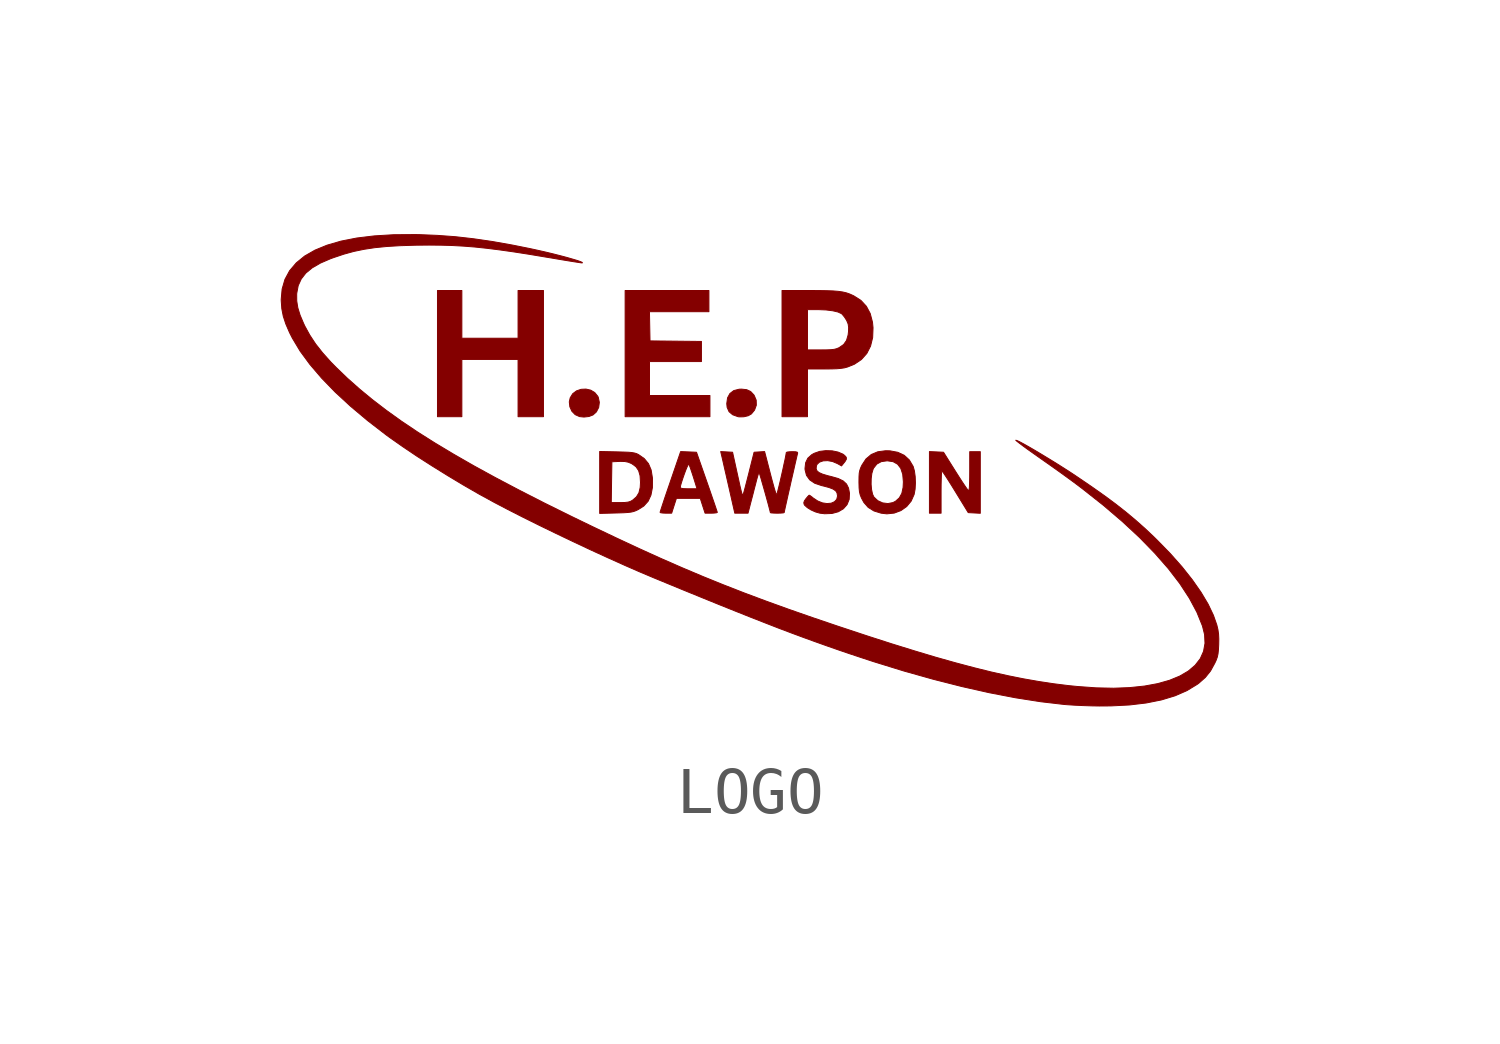
<source format=kicad_sym>
(kicad_symbol_lib
  (version 20220914)
  (generator "bitmap2component")
  (generator_version "8.0")
  (symbol "LOGO"
    (pin_names
      (offset 1.016))
    (property "Reference" "#G"
      (at 0 4.4 0)
      (effects (font (size 1.27 1.27)) hide))
    (symbol "LOGO_0_0"
      (polyline (pts (xy 7.679 -5.03) (xy 8.076 -5.01) (xy 8.436 -4.967) (xy 8.759 -4.902) (xy 9.046 -4.815) (xy 9.298 -4.705) (xy 9.517 -4.572) (xy 9.553 -4.546) (xy 9.691 -4.424) (xy 9.801 -4.287) (xy 9.893 -4.119) (xy 9.921 -4.059) (xy 9.946 -3.99) (xy 9.961 -3.922) (xy 9.97 -3.838) (xy 9.976 -3.723) (xy 9.978 -3.604) (xy 9.973 -3.501) (xy 9.96 -3.408) (xy 9.936 -3.307) (xy 9.864 -3.101) (xy 9.75 -2.862) (xy 9.599 -2.609) (xy 9.413 -2.343) (xy 9.195 -2.068) (xy 8.945 -1.786) (xy 8.666 -1.5) (xy 8.602 -1.437) (xy 8.402 -1.248) (xy 8.202 -1.071) (xy 7.996 -0.899) (xy 7.777 -0.727) (xy 7.539 -0.551) (xy 7.274 -0.364) (xy 6.976 -0.161) (xy 6.973 -0.159) (xy 6.829 -0.063) (xy 6.675 0.036) (xy 6.517 0.136) (xy 6.359 0.233) (xy 6.206 0.326) (xy 6.062 0.412) (xy 5.933 0.487) (xy 5.823 0.549) (xy 5.737 0.595) (xy 5.679 0.622) (xy 5.655 0.627) (xy 5.654 0.627) (xy 5.674 0.609) (xy 5.725 0.569) (xy 5.803 0.51) (xy 5.904 0.436) (xy 6.024 0.351) (xy 6.157 0.257) (xy 6.265 0.181) (xy 6.424 0.069) (xy 6.583 -0.044) (xy 6.731 -0.151) (xy 6.861 -0.246) (xy 6.962 -0.321) (xy 7.074 -0.406) (xy 7.518 -0.757) (xy 7.923 -1.103) (xy 8.29 -1.444) (xy 8.616 -1.779) (xy 8.903 -2.106) (xy 9.148 -2.425) (xy 9.351 -2.736) (xy 9.512 -3.037) (xy 9.63 -3.328) (xy 9.675 -3.51) (xy 9.684 -3.696) (xy 9.653 -3.868) (xy 9.583 -4.024) (xy 9.474 -4.164) (xy 9.328 -4.288) (xy 9.145 -4.395) (xy 8.929 -4.484) (xy 8.678 -4.555) (xy 8.396 -4.607) (xy 8.082 -4.64) (xy 7.738 -4.653) (xy 7.365 -4.645) (xy 6.965 -4.616) (xy 6.775 -4.597) (xy 6.463 -4.558) (xy 6.145 -4.51) (xy 5.819 -4.453) (xy 5.481 -4.385) (xy 5.127 -4.306) (xy 4.756 -4.214) (xy 4.362 -4.109) (xy 3.943 -3.991) (xy 3.496 -3.857) (xy 3.018 -3.709) (xy 2.505 -3.544) (xy 1.953 -3.361) (xy 1.868 -3.333) (xy 1.323 -3.148) (xy 0.813 -2.97) (xy 0.332 -2.796) (xy -0.128 -2.624) (xy -0.574 -2.45) (xy -1.013 -2.272) (xy -1.453 -2.086) (xy -1.901 -1.89) (xy -2.364 -1.68) (xy -2.849 -1.454) (xy -3.364 -1.209) (xy -3.812 -0.992) (xy -4.388 -0.707) (xy -4.924 -0.433) (xy -5.423 -0.17) (xy -5.887 0.084) (xy -6.317 0.331) (xy -6.717 0.571) (xy -7.087 0.805) (xy -7.431 1.036) (xy -7.75 1.265) (xy -8.046 1.492) (xy -8.321 1.719) (xy -8.578 1.947) (xy -8.818 2.178) (xy -8.931 2.293) (xy -9.108 2.491) (xy -9.256 2.679) (xy -9.379 2.866) (xy -9.485 3.059) (xy -9.511 3.115) (xy -9.586 3.292) (xy -9.634 3.448) (xy -9.657 3.593) (xy -9.658 3.736) (xy -9.656 3.76) (xy -9.626 3.919) (xy -9.562 4.06) (xy -9.464 4.186) (xy -9.328 4.298) (xy -9.152 4.4) (xy -8.934 4.494) (xy -8.864 4.519) (xy -8.652 4.59) (xy -8.441 4.648) (xy -8.224 4.693) (xy -7.993 4.728) (xy -7.741 4.753) (xy -7.459 4.77) (xy -7.14 4.78) (xy -7.095 4.781) (xy -6.833 4.783) (xy -6.586 4.781) (xy -6.346 4.774) (xy -6.109 4.761) (xy -5.866 4.742) (xy -5.612 4.715) (xy -5.34 4.681) (xy -5.043 4.639) (xy -4.715 4.588) (xy -4.35 4.527) (xy -4.234 4.508) (xy -4.065 4.479) (xy -3.913 4.454) (xy -3.784 4.433) (xy -3.682 4.417) (xy -3.615 4.407) (xy -3.586 4.403) (xy -3.576 4.404) (xy -3.575 4.413) (xy -3.612 4.43) (xy -3.682 4.455) (xy -3.78 4.484) (xy -3.901 4.519) (xy -4.04 4.556) (xy -4.193 4.595) (xy -4.355 4.634) (xy -4.522 4.672) (xy -4.687 4.708) (xy -5.06 4.783) (xy -5.488 4.859) (xy -5.892 4.918) (xy -6.28 4.962) (xy -6.662 4.99) (xy -7.048 5.006) (xy -7.144 5.007) (xy -7.592 5.004) (xy -8.004 4.979) (xy -8.377 4.934) (xy -8.713 4.868) (xy -9.01 4.782) (xy -9.268 4.676) (xy -9.488 4.55) (xy -9.667 4.404) (xy -9.808 4.238) (xy -9.908 4.053) (xy -9.968 3.848) (xy -9.988 3.624) (xy -9.987 3.593) (xy -9.975 3.428) (xy -9.944 3.269) (xy -9.89 3.104) (xy -9.81 2.919) (xy -9.749 2.799) (xy -9.584 2.524) (xy -9.376 2.241) (xy -9.127 1.95) (xy -8.839 1.653) (xy -8.513 1.352) (xy -8.15 1.047) (xy -7.752 0.74) (xy -7.674 0.683) (xy -7.402 0.492) (xy -7.101 0.289) (xy -6.778 0.082) (xy -6.443 -0.126) (xy -6.105 -0.329) (xy -5.772 -0.521) (xy -5.452 -0.696) (xy -5.452 -0.696) (xy -5.164 -0.847) (xy -4.844 -1.01) (xy -4.498 -1.182) (xy -4.136 -1.358) (xy -3.765 -1.535) (xy -3.393 -1.71) (xy -3.028 -1.877) (xy -2.679 -2.034) (xy -2.352 -2.177) (xy -2.058 -2.301) (xy -1.898 -2.367) (xy -1.447 -2.553) (xy -1.033 -2.722) (xy -0.652 -2.877) (xy -0.301 -3.018) (xy 0.025 -3.148) (xy 0.329 -3.267) (xy 0.614 -3.378) (xy 0.884 -3.48) (xy 1.143 -3.576) (xy 1.394 -3.667) (xy 1.641 -3.755) (xy 1.887 -3.841) (xy 2.137 -3.926) (xy 2.393 -4.011) (xy 2.624 -4.087) (xy 3.269 -4.286) (xy 3.898 -4.463) (xy 4.508 -4.618) (xy 5.094 -4.75) (xy 5.655 -4.858) (xy 6.186 -4.941) (xy 6.683 -4.999) (xy 6.759 -5.005) (xy 6.915 -5.015) (xy 7.091 -5.023) (xy 7.269 -5.029) (xy 7.434 -5.032) (xy 7.679 -5.03)) (stroke (width 0.01) (type default)) (fill (type outline)))
      (polyline (pts (xy 1.742 -0.932) (xy 1.875 -0.896) (xy 1.984 -0.832) (xy 2.062 -0.743) (xy 2.107 -0.632) (xy 2.114 -0.501) (xy 2.093 -0.391) (xy 2.05 -0.305) (xy 1.979 -0.239) (xy 1.874 -0.188) (xy 1.73 -0.147) (xy 1.652 -0.128) (xy 1.539 -0.094) (xy 1.463 -0.06) (xy 1.419 -0.021) (xy 1.403 0.025) (xy 1.41 0.083) (xy 1.422 0.112) (xy 1.474 0.161) (xy 1.552 0.188) (xy 1.648 0.193) (xy 1.753 0.174) (xy 1.857 0.13) (xy 1.944 0.081) (xy 1.998 0.148) (xy 2.019 0.174) (xy 2.048 0.225) (xy 2.045 0.264) (xy 2.011 0.303) (xy 1.973 0.332) (xy 1.869 0.376) (xy 1.744 0.402) (xy 1.609 0.406) (xy 1.478 0.39) (xy 1.364 0.35) (xy 1.311 0.321) (xy 1.226 0.245) (xy 1.18 0.149) (xy 1.166 0.026) (xy 1.168 -0.003) (xy 1.198 -0.121) (xy 1.267 -0.217) (xy 1.374 -0.289) (xy 1.518 -0.338) (xy 1.553 -0.346) (xy 1.678 -0.379) (xy 1.765 -0.413) (xy 1.819 -0.45) (xy 1.847 -0.492) (xy 1.859 -0.56) (xy 1.842 -0.631) (xy 1.794 -0.682) (xy 1.724 -0.713) (xy 1.636 -0.721) (xy 1.539 -0.707) (xy 1.438 -0.667) (xy 1.34 -0.602) (xy 1.324 -0.588) (xy 1.28 -0.555) (xy 1.257 -0.542) (xy 1.251 -0.545) (xy 1.224 -0.572) (xy 1.185 -0.619) (xy 1.153 -0.665) (xy 1.14 -0.706) (xy 1.15 -0.743) (xy 1.16 -0.758) (xy 1.216 -0.808) (xy 1.297 -0.858) (xy 1.391 -0.9) (xy 1.484 -0.926) (xy 1.586 -0.938) (xy 1.742 -0.932)) (stroke (width 0.01) (type default)) (fill (type outline)))
      (polyline (pts (xy 3.066 -0.924) (xy 3.208 -0.871) (xy 3.331 -0.785) (xy 3.427 -0.669) (xy 3.49 -0.527) (xy 3.491 -0.523) (xy 3.511 -0.413) (xy 3.518 -0.283) (xy 3.513 -0.148) (xy 3.496 -0.025) (xy 3.469 0.071) (xy 3.467 0.074) (xy 3.387 0.208) (xy 3.279 0.307) (xy 3.141 0.371) (xy 2.975 0.402) (xy 2.883 0.404) (xy 2.717 0.382) (xy 2.578 0.324) (xy 2.465 0.229) (xy 2.379 0.098) (xy 2.355 0.048) (xy 2.334 -0.011) (xy 2.321 -0.073) (xy 2.316 -0.151) (xy 2.315 -0.26) (xy 2.315 -0.277) (xy 2.316 -0.311) (xy 2.574 -0.311) (xy 2.576 -0.192) (xy 2.589 -0.082) (xy 2.615 0.006) (xy 2.627 0.033) (xy 2.696 0.12) (xy 2.791 0.172) (xy 2.914 0.189) (xy 2.92 0.189) (xy 3.042 0.171) (xy 3.138 0.117) (xy 3.206 0.028) (xy 3.247 -0.098) (xy 3.261 -0.259) (xy 3.255 -0.379) (xy 3.228 -0.504) (xy 3.175 -0.599) (xy 3.095 -0.671) (xy 3.039 -0.7) (xy 2.931 -0.721) (xy 2.819 -0.707) (xy 2.715 -0.659) (xy 2.633 -0.581) (xy 2.605 -0.522) (xy 2.584 -0.425) (xy 2.574 -0.311) (xy 2.316 -0.311) (xy 2.318 -0.388) (xy 2.326 -0.47) (xy 2.342 -0.537) (xy 2.369 -0.604) (xy 2.42 -0.698) (xy 2.512 -0.803) (xy 2.633 -0.878) (xy 2.788 -0.926) (xy 2.909 -0.94) (xy 3.066 -0.924)) (stroke (width 0.01) (type default)) (fill (type outline)))
      (polyline (pts (xy -2.86 -0.922) (xy -2.824 -0.921) (xy -2.699 -0.917) (xy -2.607 -0.911) (xy -2.539 -0.903) (xy -2.486 -0.891) (xy -2.438 -0.874) (xy -2.385 -0.849) (xy -2.267 -0.774) (xy -2.174 -0.671) (xy -2.114 -0.541) (xy -2.083 -0.381) (xy -2.082 -0.189) (xy -2.083 -0.172) (xy -2.11 -0.006) (xy -2.167 0.129) (xy -2.257 0.237) (xy -2.382 0.324) (xy -2.42 0.342) (xy -2.463 0.355) (xy -2.518 0.365) (xy -2.594 0.372) (xy -2.698 0.376) (xy -2.839 0.38) (xy -3.206 0.388) (xy -3.206 -0.272) (xy -3.206 -0.7) (xy -2.959 -0.7) (xy -2.953 -0.265) (xy -2.946 0.169) (xy -2.788 0.176) (xy -2.759 0.177) (xy -2.669 0.174) (xy -2.598 0.16) (xy -2.529 0.131) (xy -2.517 0.124) (xy -2.433 0.063) (xy -2.377 -0.019) (xy -2.346 -0.128) (xy -2.337 -0.271) (xy -2.343 -0.378) (xy -2.37 -0.491) (xy -2.423 -0.578) (xy -2.505 -0.649) (xy -2.549 -0.674) (xy -2.6 -0.69) (xy -2.669 -0.698) (xy -2.77 -0.7) (xy -2.959 -0.7) (xy -3.206 -0.7) (xy -3.206 -0.931) (xy -2.86 -0.922)) (stroke (width 0.01) (type default)) (fill (type outline)))
      (polyline (pts (xy -1.623 -0.768) (xy -1.572 -0.61) (xy -1.318 -0.61) (xy -1.064 -0.61) (xy -1.013 -0.768) (xy -0.962 -0.926) (xy -0.831 -0.926) (xy -0.773 -0.924) (xy -0.721 -0.918) (xy -0.701 -0.909) (xy -0.702 -0.905) (xy -0.714 -0.868) (xy -0.738 -0.796) (xy -0.773 -0.693) (xy -0.817 -0.566) (xy -0.867 -0.42) (xy -0.923 -0.26) (xy -1.144 0.372) (xy -1.313 0.379) (xy -1.482 0.386) (xy -1.701 -0.253) (xy -1.72 -0.309) (xy -1.744 -0.378) (xy -1.49 -0.378) (xy -1.49 -0.376) (xy -1.482 -0.333) (xy -1.462 -0.266) (xy -1.435 -0.183) (xy -1.404 -0.094) (xy -1.373 -0.01) (xy -1.344 0.06) (xy -1.321 0.107) (xy -1.309 0.12) (xy -1.297 0.095) (xy -1.274 0.035) (xy -1.245 -0.051) (xy -1.212 -0.152) (xy -1.133 -0.406) (xy -1.312 -0.406) (xy -1.335 -0.406) (xy -1.424 -0.403) (xy -1.474 -0.394) (xy -1.49 -0.378) (xy -1.744 -0.378) (xy -1.774 -0.466) (xy -1.822 -0.607) (xy -1.862 -0.728) (xy -1.893 -0.822) (xy -1.913 -0.884) (xy -1.92 -0.909) (xy -1.909 -0.916) (xy -1.864 -0.923) (xy -1.796 -0.926) (xy -1.673 -0.926) (xy -1.623 -0.768)) (stroke (width 0.01) (type default)) (fill (type outline)))
      (polyline (pts (xy -0.025 -0.841) (xy -0.022 -0.83) (xy -0.006 -0.767) (xy 0.018 -0.674) (xy 0.048 -0.561) (xy 0.079 -0.44) (xy 0.08 -0.434) (xy 0.116 -0.298) (xy 0.141 -0.2) (xy 0.16 -0.134) (xy 0.172 -0.094) (xy 0.181 -0.074) (xy 0.187 -0.069) (xy 0.193 -0.073) (xy 0.196 -0.079) (xy 0.209 -0.12) (xy 0.231 -0.192) (xy 0.258 -0.288) (xy 0.29 -0.399) (xy 0.323 -0.516) (xy 0.355 -0.632) (xy 0.384 -0.738) (xy 0.407 -0.826) (xy 0.423 -0.888) (xy 0.429 -0.915) (xy 0.448 -0.92) (xy 0.501 -0.924) (xy 0.576 -0.926) (xy 0.648 -0.924) (xy 0.702 -0.92) (xy 0.723 -0.913) (xy 0.725 -0.902) (xy 0.735 -0.854) (xy 0.753 -0.772) (xy 0.777 -0.665) (xy 0.805 -0.538) (xy 0.837 -0.399) (xy 0.869 -0.255) (xy 0.902 -0.112) (xy 0.933 0.023) (xy 0.96 0.143) (xy 0.983 0.241) (xy 0.999 0.311) (xy 1.008 0.344) (xy 1.01 0.358) (xy 1.001 0.374) (xy 0.965 0.382) (xy 0.893 0.384) (xy 0.841 0.382) (xy 0.788 0.376) (xy 0.768 0.367) (xy 0.766 0.355) (xy 0.757 0.302) (xy 0.741 0.22) (xy 0.718 0.116) (xy 0.693 -0.001) (xy 0.665 -0.124) (xy 0.638 -0.243) (xy 0.612 -0.351) (xy 0.59 -0.44) (xy 0.574 -0.501) (xy 0.566 -0.526) (xy 0.564 -0.527) (xy 0.557 -0.523) (xy 0.546 -0.502) (xy 0.532 -0.461) (xy 0.512 -0.396) (xy 0.486 -0.302) (xy 0.452 -0.176) (xy 0.41 -0.014) (xy 0.358 0.187) (xy 0.306 0.386) (xy 0.194 0.379) (xy 0.082 0.372) (xy -0.024 -0.049) (xy -0.025 -0.054) (xy -0.059 -0.187) (xy -0.09 -0.307) (xy -0.116 -0.407) (xy -0.135 -0.477) (xy -0.146 -0.511) (xy -0.148 -0.516) (xy -0.156 -0.531) (xy -0.163 -0.535) (xy -0.172 -0.523) (xy -0.183 -0.49) (xy -0.198 -0.431) (xy -0.219 -0.343) (xy -0.246 -0.219) (xy -0.282 -0.056) (xy -0.376 0.372) (xy -0.502 0.379) (xy -0.629 0.386) (xy -0.598 0.255) (xy -0.592 0.229) (xy -0.574 0.15) (xy -0.549 0.039) (xy -0.518 -0.095) (xy -0.484 -0.244) (xy -0.448 -0.401) (xy -0.329 -0.926) (xy -0.188 -0.926) (xy -0.047 -0.926) (xy -0.025 -0.841)) (stroke (width 0.01) (type default)) (fill (type outline)))
      (polyline (pts (xy 4.899 -0.272) (xy 4.899 0.384) (xy 4.787 0.384) (xy 4.674 0.384) (xy 4.674 -0.036) (xy 4.673 -0.168) (xy 4.67 -0.296) (xy 4.666 -0.384) (xy 4.658 -0.433) (xy 4.649 -0.447) (xy 4.645 -0.444) (xy 4.619 -0.412) (xy 4.575 -0.349) (xy 4.516 -0.261) (xy 4.447 -0.154) (xy 4.37 -0.033) (xy 4.116 0.372) (xy 3.966 0.379) (xy 3.816 0.386) (xy 3.816 -0.27) (xy 3.816 -0.926) (xy 3.94 -0.926) (xy 4.064 -0.926) (xy 4.064 -0.474) (xy 4.064 -0.446) (xy 4.065 -0.312) (xy 4.068 -0.196) (xy 4.071 -0.104) (xy 4.076 -0.045) (xy 4.081 -0.024) (xy 4.088 -0.03) (xy 4.115 -0.068) (xy 4.161 -0.137) (xy 4.221 -0.23) (xy 4.292 -0.343) (xy 4.37 -0.47) (xy 4.642 -0.914) (xy 4.771 -0.921) (xy 4.899 -0.928) (xy 4.899 -0.272)) (stroke (width 0.01) (type default)) (fill (type outline)))
      (polyline (pts (xy -3.434 1.133) (xy -3.348 1.166) (xy -3.276 1.231) (xy -3.227 1.326) (xy -3.213 1.434) (xy -3.236 1.542) (xy -3.246 1.563) (xy -3.311 1.643) (xy -3.397 1.694) (xy -3.498 1.717) (xy -3.601 1.712) (xy -3.699 1.679) (xy -3.78 1.618) (xy -3.834 1.53) (xy -3.853 1.444) (xy -3.841 1.339) (xy -3.798 1.245) (xy -3.727 1.172) (xy -3.635 1.131) (xy -3.541 1.121) (xy -3.434 1.133)) (stroke (width 0.01) (type default)) (fill (type outline)))
      (polyline (pts (xy -0.136 1.127) (xy -0.043 1.149) (xy 0.025 1.188) (xy 0.092 1.27) (xy 0.13 1.374) (xy 0.127 1.481) (xy 0.084 1.582) (xy 0.077 1.593) (xy 0.009 1.665) (xy -0.075 1.704) (xy -0.187 1.716) (xy -0.236 1.714) (xy -0.35 1.685) (xy -0.432 1.623) (xy -0.483 1.53) (xy -0.5 1.407) (xy -0.492 1.327) (xy -0.451 1.235) (xy -0.374 1.17) (xy -0.26 1.129) (xy -0.232 1.125) (xy -0.136 1.127)) (stroke (width 0.01) (type default)) (fill (type outline)))
      (polyline (pts (xy -6.141 1.738) (xy -6.141 2.348) (xy -5.543 2.348) (xy -4.944 2.348) (xy -4.944 1.738) (xy -4.944 1.129) (xy -4.674 1.129) (xy -4.403 1.129) (xy -4.403 2.472) (xy -4.403 3.816) (xy -4.674 3.816) (xy -4.944 3.816) (xy -4.944 3.308) (xy -4.944 2.8) (xy -5.543 2.8) (xy -6.141 2.8) (xy -6.141 3.308) (xy -6.141 3.816) (xy -6.401 3.816) (xy -6.66 3.816) (xy -6.66 2.472) (xy -6.66 1.129) (xy -6.401 1.129) (xy -6.141 1.129) (xy -6.141 1.738)) (stroke (width 0.01) (type default)) (fill (type outline)))
      (polyline (pts (xy -0.858 1.355) (xy -0.858 1.58) (xy -1.501 1.58) (xy -2.145 1.58) (xy -2.145 1.942) (xy -2.145 2.303) (xy -1.592 2.303) (xy -1.039 2.303) (xy -1.039 2.517) (xy -1.039 2.731) (xy -1.586 2.737) (xy -2.134 2.743) (xy -2.14 3.054) (xy -2.146 3.364) (xy -1.513 3.364) (xy -0.88 3.364) (xy -0.88 3.59) (xy -0.88 3.816) (xy -1.772 3.816) (xy -2.664 3.816) (xy -2.664 2.472) (xy -2.664 1.129) (xy -1.761 1.129) (xy -0.858 1.129) (xy -0.858 1.355)) (stroke (width 0.01) (type default)) (fill (type outline)))
      (polyline (pts (xy 1.219 1.637) (xy 1.219 2.145) (xy 1.578 2.145) (xy 1.726 2.146) (xy 1.843 2.15) (xy 1.933 2.158) (xy 2.006 2.169) (xy 2.072 2.187) (xy 2.218 2.246) (xy 2.367 2.346) (xy 2.482 2.475) (xy 2.562 2.632) (xy 2.607 2.815) (xy 2.615 3.023) (xy 2.603 3.143) (xy 2.555 3.326) (xy 2.473 3.48) (xy 2.357 3.605) (xy 2.205 3.702) (xy 2.184 3.712) (xy 2.114 3.743) (xy 2.044 3.767) (xy 1.966 3.785) (xy 1.875 3.798) (xy 1.764 3.807) (xy 1.627 3.812) (xy 1.458 3.815) (xy 1.25 3.816) (xy 0.677 3.816) (xy 0.677 2.98) (xy 1.219 2.98) (xy 1.219 3.409) (xy 1.417 3.409) (xy 1.446 3.409) (xy 1.614 3.402) (xy 1.757 3.384) (xy 1.868 3.358) (xy 1.942 3.324) (xy 1.96 3.308) (xy 2.007 3.251) (xy 2.051 3.182) (xy 2.057 3.17) (xy 2.085 3.102) (xy 2.095 3.033) (xy 2.093 2.942) (xy 2.084 2.868) (xy 2.05 2.752) (xy 1.989 2.666) (xy 1.897 2.602) (xy 1.884 2.595) (xy 1.837 2.576) (xy 1.786 2.563) (xy 1.722 2.556) (xy 1.632 2.552) (xy 1.508 2.551) (xy 1.219 2.551) (xy 1.219 2.98) (xy 0.677 2.98) (xy 0.677 2.472) (xy 0.677 1.129) (xy 0.948 1.129) (xy 1.219 1.129) (xy 1.219 1.637)) (stroke (width 0.01) (type default)) (fill (type outline))))))
</source>
